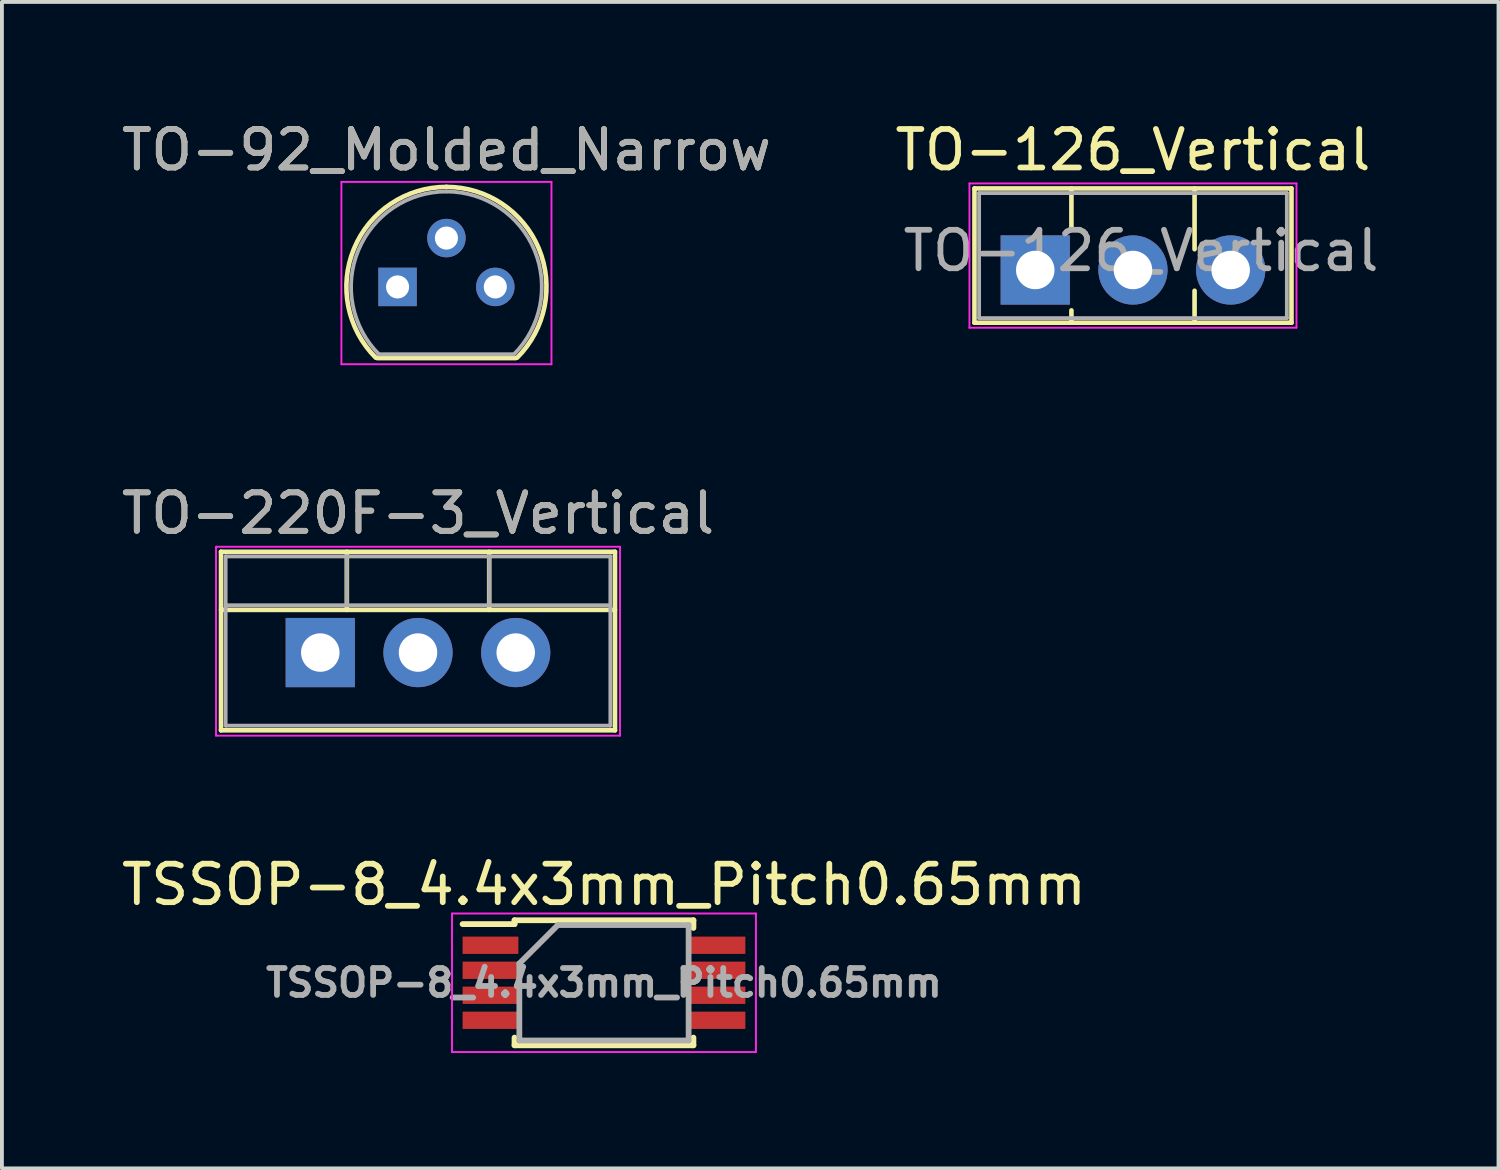
<source format=kicad_pcb>
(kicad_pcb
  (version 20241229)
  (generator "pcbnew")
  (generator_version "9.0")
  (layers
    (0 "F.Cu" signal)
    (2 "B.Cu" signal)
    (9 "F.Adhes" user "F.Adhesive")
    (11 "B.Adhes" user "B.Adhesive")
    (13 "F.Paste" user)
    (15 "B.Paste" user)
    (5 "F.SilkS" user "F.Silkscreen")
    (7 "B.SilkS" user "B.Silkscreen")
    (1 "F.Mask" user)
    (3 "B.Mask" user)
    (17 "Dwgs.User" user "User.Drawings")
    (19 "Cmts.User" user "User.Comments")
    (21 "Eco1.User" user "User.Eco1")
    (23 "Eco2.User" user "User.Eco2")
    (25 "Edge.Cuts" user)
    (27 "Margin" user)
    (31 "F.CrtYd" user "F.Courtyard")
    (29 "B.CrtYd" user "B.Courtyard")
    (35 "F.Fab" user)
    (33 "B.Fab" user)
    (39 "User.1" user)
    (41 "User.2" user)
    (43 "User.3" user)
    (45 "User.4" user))
  (footprint "TSSOP-8_4.4x3mm_Pitch0.65mm"
    (layer "F.Cu")
    (at 12.649 22.495)
    (property "Reference" "TSSOP-8_4.4x3mm_Pitch0.65mm" (at 0 -2.55 0) (layer "F.SilkS") (effects (font (size 1 1) (thickness 0.15))))
    (attr smd)
    (fp_line (start -2.325 -1.625) (end -2.325 -1.525) (stroke (width 0.15) (type solid)) (layer "F.SilkS"))
    (fp_line (start -2.325 -1.625) (end 2.325 -1.625) (stroke (width 0.15) (type solid)) (layer "F.SilkS"))
    (fp_line (start -2.325 -1.525) (end -3.675 -1.525) (stroke (width 0.15) (type solid)) (layer "F.SilkS"))
    (fp_line (start -2.325 1.625) (end -2.325 1.425) (stroke (width 0.15) (type solid)) (layer "F.SilkS"))
    (fp_line (start -2.325 1.625) (end 2.325 1.625) (stroke (width 0.15) (type solid)) (layer "F.SilkS"))
    (fp_line (start 2.325 -1.625) (end 2.325 -1.425) (stroke (width 0.15) (type solid)) (layer "F.SilkS"))
    (fp_line (start 2.325 1.625) (end 2.325 1.425) (stroke (width 0.15) (type solid)) (layer "F.SilkS"))
    (fp_line (start -3.95 -1.8) (end -3.95 1.8) (stroke (width 0.05) (type solid)) (layer "F.CrtYd"))
    (fp_line (start -3.95 -1.8) (end 3.95 -1.8) (stroke (width 0.05) (type solid)) (layer "F.CrtYd"))
    (fp_line (start -3.95 1.8) (end 3.95 1.8) (stroke (width 0.05) (type solid)) (layer "F.CrtYd"))
    (fp_line (start 3.95 -1.8) (end 3.95 1.8) (stroke (width 0.05) (type solid)) (layer "F.CrtYd"))
    (fp_line (start -2.2 -0.5) (end -1.2 -1.5) (stroke (width 0.15) (type solid)) (layer "F.Fab"))
    (fp_line (start -2.2 1.5) (end -2.2 -0.5) (stroke (width 0.15) (type solid)) (layer "F.Fab"))
    (fp_line (start -1.2 -1.5) (end 2.2 -1.5) (stroke (width 0.15) (type solid)) (layer "F.Fab"))
    (fp_line (start 2.2 -1.5) (end 2.2 1.5) (stroke (width 0.15) (type solid)) (layer "F.Fab"))
    (fp_line (start 2.2 1.5) (end -2.2 1.5) (stroke (width 0.15) (type solid)) (layer "F.Fab"))
    (fp_text user "${REFERENCE}" (at 0 0 0) (layer "F.Fab") (effects (font (size 0.7 0.7) (thickness 0.15))))
    (pad "1" smd rect (at -2.95 -0.975) (size 1.45 0.45) (layers "F.Cu" "F.Mask" "F.Paste"))
    (pad "2" smd rect (at -2.95 -0.325) (size 1.45 0.45) (layers "F.Cu" "F.Mask" "F.Paste"))
    (pad "3" smd rect (at -2.95 0.325) (size 1.45 0.45) (layers "F.Cu" "F.Mask" "F.Paste"))
    (pad "4" smd rect (at -2.95 0.975) (size 1.45 0.45) (layers "F.Cu" "F.Mask" "F.Paste"))
    (pad "5" smd rect (at 2.95 0.975) (size 1.45 0.45) (layers "F.Cu" "F.Mask" "F.Paste"))
    (pad "6" smd rect (at 2.95 0.325) (size 1.45 0.45) (layers "F.Cu" "F.Mask" "F.Paste"))
    (pad "7" smd rect (at 2.95 -0.325) (size 1.45 0.45) (layers "F.Cu" "F.Mask" "F.Paste"))
    (pad "8" smd rect (at 2.95 -0.975) (size 1.45 0.45) (layers "F.Cu" "F.Mask" "F.Paste")))
  (footprint "TO-220F-3_Vertical"
    (layer "F.Cu")
    (at 5.275 13.912)
    (property "Reference" "TO-220F-3_Vertical" (at 2.54 -3.62 0) (layer "F.SilkS") (effects (font (size 1 1) (thickness 0.15))))
    (attr through_hole)
    (fp_line (start -2.58 -2.62) (end -2.58 2.021) (stroke (width 0.12) (type solid)) (layer "F.SilkS"))
    (fp_line (start -2.58 -2.62) (end 7.66 -2.62) (stroke (width 0.12) (type solid)) (layer "F.SilkS"))
    (fp_line (start -2.58 -1.11) (end 7.66 -1.11) (stroke (width 0.12) (type solid)) (layer "F.SilkS"))
    (fp_line (start -2.58 2.021) (end 7.66 2.021) (stroke (width 0.12) (type solid)) (layer "F.SilkS"))
    (fp_line (start 0.69 -2.62) (end 0.69 -1.11) (stroke (width 0.12) (type solid)) (layer "F.SilkS"))
    (fp_line (start 4.391 -2.62) (end 4.391 -1.11) (stroke (width 0.12) (type solid)) (layer "F.SilkS"))
    (fp_line (start 7.66 -2.62) (end 7.66 2.021) (stroke (width 0.12) (type solid)) (layer "F.SilkS"))
    (fp_line (start -2.71 -2.75) (end -2.71 2.16) (stroke (width 0.05) (type solid)) (layer "F.CrtYd"))
    (fp_line (start -2.71 2.16) (end 7.79 2.16) (stroke (width 0.05) (type solid)) (layer "F.CrtYd"))
    (fp_line (start 7.79 -2.75) (end -2.71 -2.75) (stroke (width 0.05) (type solid)) (layer "F.CrtYd"))
    (fp_line (start 7.79 2.16) (end 7.79 -2.75) (stroke (width 0.05) (type solid)) (layer "F.CrtYd"))
    (fp_line (start -2.46 -2.5) (end -2.46 1.9) (stroke (width 0.1) (type solid)) (layer "F.Fab"))
    (fp_line (start -2.46 -1.23) (end 7.54 -1.23) (stroke (width 0.1) (type solid)) (layer "F.Fab"))
    (fp_line (start -2.46 1.9) (end 7.54 1.9) (stroke (width 0.1) (type solid)) (layer "F.Fab"))
    (fp_line (start 0.69 -2.5) (end 0.69 -1.23) (stroke (width 0.1) (type solid)) (layer "F.Fab"))
    (fp_line (start 4.39 -2.5) (end 4.39 -1.23) (stroke (width 0.1) (type solid)) (layer "F.Fab"))
    (fp_line (start 7.54 -2.5) (end -2.46 -2.5) (stroke (width 0.1) (type solid)) (layer "F.Fab"))
    (fp_line (start 7.54 1.9) (end 7.54 -2.5) (stroke (width 0.1) (type solid)) (layer "F.Fab"))
    (fp_text user "${REFERENCE}" (at 2.54 -3.62 0) (layer "F.Fab") (effects (font (size 1 1) (thickness 0.15))))
    (pad "1" thru_hole rect (at 0 0) (size 1.8 1.8) (drill 1) (layers "*.Cu" "*.Mask"))
    (pad "2" thru_hole oval (at 2.54 0) (size 1.8 1.8) (drill 1) (layers "*.Cu" "*.Mask"))
    (pad "3" thru_hole oval (at 5.08 0) (size 1.8 1.8) (drill 1) (layers "*.Cu" "*.Mask")))
  (footprint "TO-92_Molded_Narrow"
    (layer "F.Cu")
    (at 7.284 4.408)
    (property "Reference" "TO-92_Molded_Narrow" (at 1.27 -3.56 0) (layer "F.SilkS") (effects (font (size 1 1) (thickness 0.15))))
    (attr through_hole)
    (fp_line (start -0.53 1.85) (end 3.07 1.85) (stroke (width 0.12) (type solid)) (layer "F.SilkS"))
    (fp_arc (start -0.568478 1.838478) (mid -1.132087 -0.994977) (end 1.27 -2.6) (stroke (width 0.12) (type solid)) (layer "F.SilkS"))
    (fp_arc (start 1.27 -2.6) (mid 3.672087 -0.994977) (end 3.108478 1.838478) (stroke (width 0.12) (type solid)) (layer "F.SilkS"))
    (fp_line (start -1.46 -2.73) (end -1.46 2.01) (stroke (width 0.05) (type solid)) (layer "F.CrtYd"))
    (fp_line (start -1.46 -2.73) (end 4 -2.73) (stroke (width 0.05) (type solid)) (layer "F.CrtYd"))
    (fp_line (start 4 2.01) (end -1.46 2.01) (stroke (width 0.05) (type solid)) (layer "F.CrtYd"))
    (fp_line (start 4 2.01) (end 4 -2.73) (stroke (width 0.05) (type solid)) (layer "F.CrtYd"))
    (fp_line (start -0.5 1.75) (end 3 1.75) (stroke (width 0.1) (type solid)) (layer "F.Fab"))
    (fp_arc (start -0.483625 1.753625) (mid -1.021221 -0.949055) (end 1.27 -2.48) (stroke (width 0.1) (type solid)) (layer "F.Fab"))
    (fp_arc (start 1.27 -2.48) (mid 3.561221 -0.949055) (end 3.023625 1.753625) (stroke (width 0.1) (type solid)) (layer "F.Fab"))
    (fp_text user "${REFERENCE}" (at 1.27 -3.56 0) (layer "F.Fab") (effects (font (size 1 1) (thickness 0.15))))
    (pad "1" thru_hole rect (at 0 0 90) (size 1 1) (drill 0.6) (layers "*.Cu" "*.Mask"))
    (pad "2" thru_hole circle (at 1.27 -1.27 90) (size 1 1) (drill 0.6) (layers "*.Cu" "*.Mask"))
    (pad "3" thru_hole circle (at 2.54 0 90) (size 1 1) (drill 0.6) (layers "*.Cu" "*.Mask")))
  (footprint "TO-126_Vertical"
    (layer "F.Cu")
    (at 23.859 3.968)
    (property "Reference" "TO-126_Vertical" (at 2.54 -3.12 0) (layer "F.SilkS") (effects (font (size 1 1) (thickness 0.15))))
    (attr through_hole)
    (fp_line (start -1.58 -2.12) (end -1.58 1.37) (stroke (width 0.12) (type solid)) (layer "F.SilkS"))
    (fp_line (start -1.58 -2.12) (end 6.66 -2.12) (stroke (width 0.12) (type solid)) (layer "F.SilkS"))
    (fp_line (start -1.58 1.37) (end 6.66 1.37) (stroke (width 0.12) (type solid)) (layer "F.SilkS"))
    (fp_line (start 0.94 -2.12) (end 0.94 -1.05) (stroke (width 0.12) (type solid)) (layer "F.SilkS"))
    (fp_line (start 0.94 1.05) (end 0.94 1.37) (stroke (width 0.12) (type solid)) (layer "F.SilkS"))
    (fp_line (start 4.141 -2.12) (end 4.141 -0.54) (stroke (width 0.12) (type solid)) (layer "F.SilkS"))
    (fp_line (start 4.141 0.54) (end 4.141 1.37) (stroke (width 0.12) (type solid)) (layer "F.SilkS"))
    (fp_line (start 6.66 -2.12) (end 6.66 1.37) (stroke (width 0.12) (type solid)) (layer "F.SilkS"))
    (fp_line (start -1.71 -2.25) (end -1.71 1.5) (stroke (width 0.05) (type solid)) (layer "F.CrtYd"))
    (fp_line (start -1.71 1.5) (end 6.79 1.5) (stroke (width 0.05) (type solid)) (layer "F.CrtYd"))
    (fp_line (start 6.79 -2.25) (end -1.71 -2.25) (stroke (width 0.05) (type solid)) (layer "F.CrtYd"))
    (fp_line (start 6.79 1.5) (end 6.79 -2.25) (stroke (width 0.05) (type solid)) (layer "F.CrtYd"))
    (fp_line (start -1.46 -2) (end -1.46 1.25) (stroke (width 0.1) (type solid)) (layer "F.Fab"))
    (fp_line (start -1.46 1.25) (end 6.54 1.25) (stroke (width 0.1) (type solid)) (layer "F.Fab"))
    (fp_line (start 6.54 -2) (end -1.46 -2) (stroke (width 0.1) (type solid)) (layer "F.Fab"))
    (fp_line (start 6.54 1.25) (end 6.54 -2) (stroke (width 0.1) (type solid)) (layer "F.Fab"))
    (fp_text user "${REFERENCE}" (at 2.75 -0.5 0) (layer "F.Fab") (effects (font (size 1 1) (thickness 0.15))))
    (pad "1" thru_hole rect (at 0 0) (size 1.8 1.8) (drill 1) (layers "*.Cu" "*.Mask"))
    (pad "2" thru_hole oval (at 2.54 0) (size 1.8 1.8) (drill 1) (layers "*.Cu" "*.Mask"))
    (pad "3" thru_hole oval (at 5.08 0) (size 1.8 1.8) (drill 1) (layers "*.Cu" "*.Mask")))
  (gr_rect
    (start -3 -3)
    (end 35.9 27.32)
    (stroke (width 0.1) (type default))
    (fill no)
    (layer "Edge.Cuts")))
</source>
